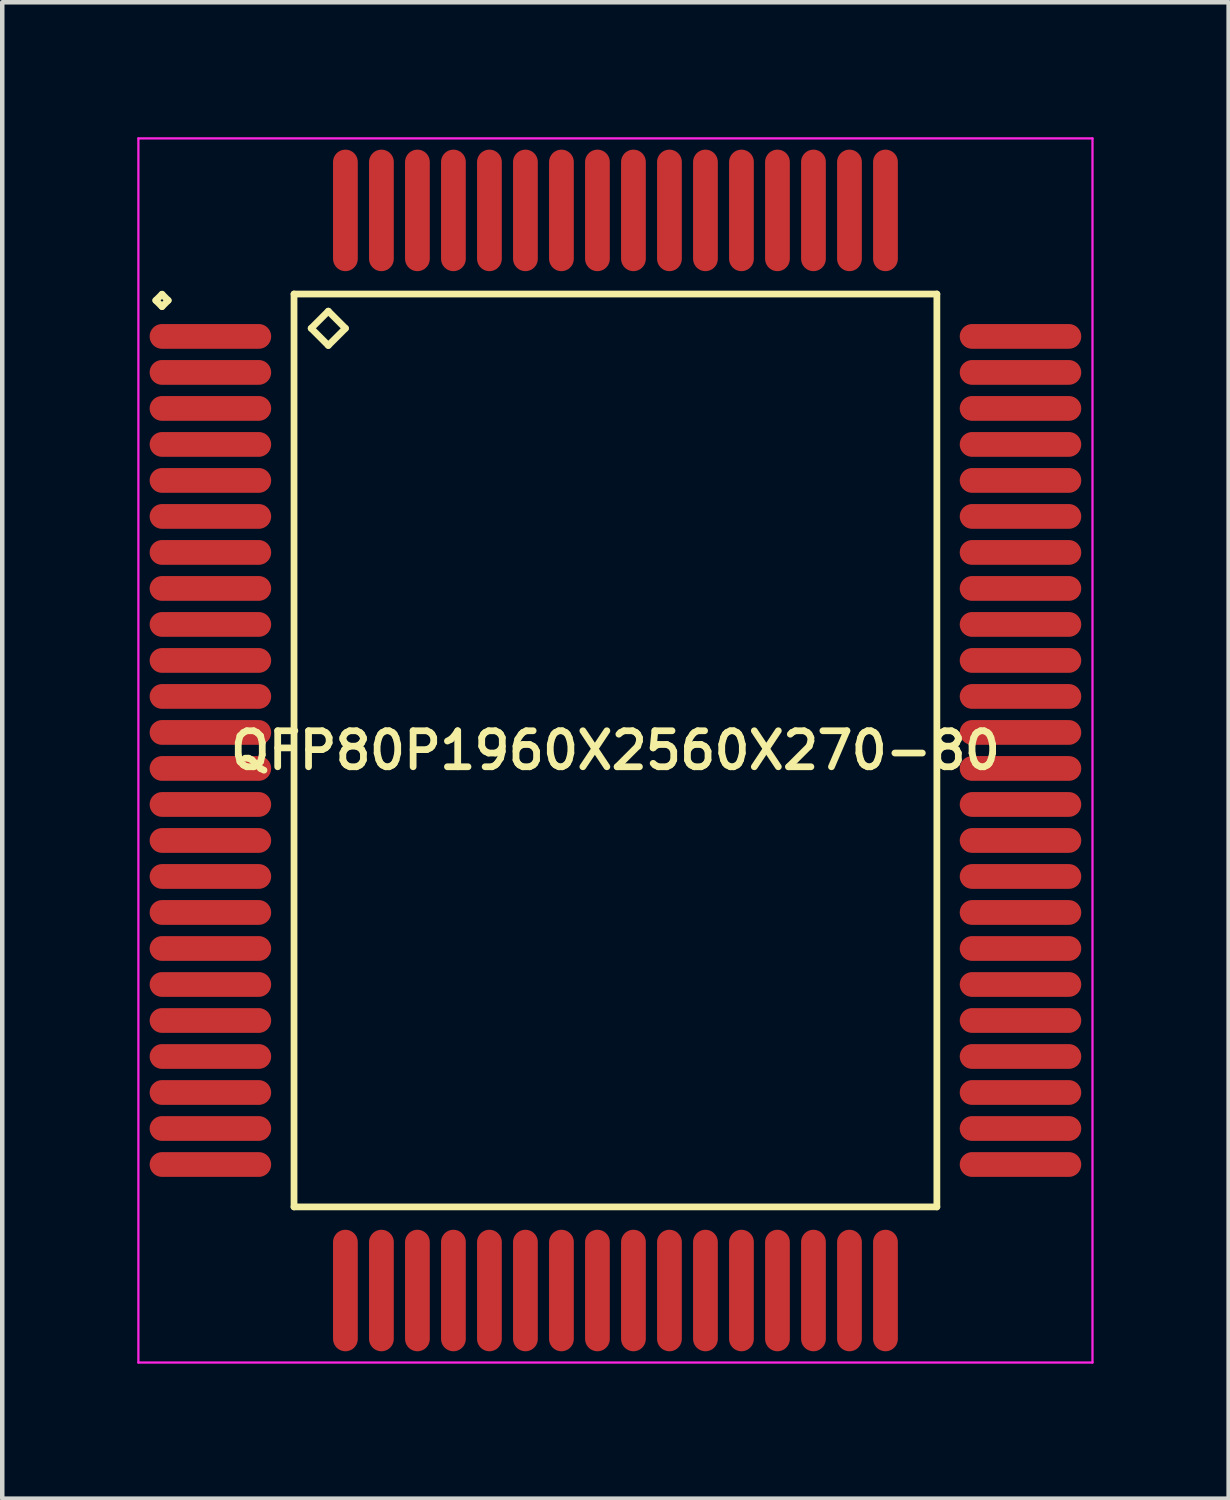
<source format=kicad_pcb>
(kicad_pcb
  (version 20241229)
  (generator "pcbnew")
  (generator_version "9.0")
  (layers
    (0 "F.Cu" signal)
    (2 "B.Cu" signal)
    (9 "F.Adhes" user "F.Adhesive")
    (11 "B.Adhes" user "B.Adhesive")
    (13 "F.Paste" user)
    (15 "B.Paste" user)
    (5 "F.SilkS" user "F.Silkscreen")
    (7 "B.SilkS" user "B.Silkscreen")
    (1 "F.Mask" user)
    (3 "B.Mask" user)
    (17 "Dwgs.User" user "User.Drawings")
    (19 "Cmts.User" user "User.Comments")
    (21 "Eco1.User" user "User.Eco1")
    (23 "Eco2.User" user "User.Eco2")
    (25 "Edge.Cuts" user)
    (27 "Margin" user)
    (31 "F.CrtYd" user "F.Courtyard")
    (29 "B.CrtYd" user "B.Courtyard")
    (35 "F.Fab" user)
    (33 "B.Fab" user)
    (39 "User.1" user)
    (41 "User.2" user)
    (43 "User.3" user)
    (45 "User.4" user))
  (footprint "QFP80P1960X2560X270-80"
    (layer "F.Cu")
    (at 10.625 13.625)
    (property "Reference" "QFP80P1960X2560X270-80" (at 0 0 0) (layer "F.SilkS") (effects (font (size 0.8 0.8) (thickness 0.15))))
    (attr smd)
    (fp_line (start -10.213 -10) (end -10.075 -10.137) (stroke (width 0.15) (type solid)) (layer "F.SilkS"))
    (fp_line (start -10.075 -10.137) (end -9.938 -10) (stroke (width 0.15) (type solid)) (layer "F.SilkS"))
    (fp_line (start -10.075 -9.863) (end -10.213 -10) (stroke (width 0.15) (type solid)) (layer "F.SilkS"))
    (fp_line (start -9.938 -10) (end -10.075 -9.863) (stroke (width 0.15) (type solid)) (layer "F.SilkS"))
    (fp_line (start -7.142 -10.142) (end -7.142 10.142) (stroke (width 0.15) (type solid)) (layer "F.SilkS"))
    (fp_line (start -7.142 10.142) (end 7.142 10.142) (stroke (width 0.15) (type solid)) (layer "F.SilkS"))
    (fp_line (start -6.761 -9.38) (end -6.38 -9.761) (stroke (width 0.15) (type solid)) (layer "F.SilkS"))
    (fp_line (start -6.38 -9.761) (end -5.999 -9.38) (stroke (width 0.15) (type solid)) (layer "F.SilkS"))
    (fp_line (start -6.38 -8.999) (end -6.761 -9.38) (stroke (width 0.15) (type solid)) (layer "F.SilkS"))
    (fp_line (start -5.999 -9.38) (end -6.38 -8.999) (stroke (width 0.15) (type solid)) (layer "F.SilkS"))
    (fp_line (start 7.142 -10.142) (end -7.142 -10.142) (stroke (width 0.15) (type solid)) (layer "F.SilkS"))
    (fp_line (start 7.142 10.142) (end 7.142 -10.142) (stroke (width 0.15) (type solid)) (layer "F.SilkS"))
    (fp_line (start -10.6 -13.6) (end 10.6 -13.6) (stroke (width 0.05) (type solid)) (layer "F.CrtYd"))
    (fp_line (start -10.6 13.6) (end -10.6 -13.6) (stroke (width 0.05) (type solid)) (layer "F.CrtYd"))
    (fp_line (start 10.6 -13.6) (end 10.6 13.6) (stroke (width 0.05) (type solid)) (layer "F.CrtYd"))
    (fp_line (start 10.6 13.6) (end -10.6 13.6) (stroke (width 0.05) (type solid)) (layer "F.CrtYd"))
    (pad "1" smd oval (at -9 -9.2) (size 2.7 0.55) (layers "F.Cu" "F.Mask" "F.Paste"))
    (pad "2" smd oval (at -9 -8.4) (size 2.7 0.55) (layers "F.Cu" "F.Mask" "F.Paste"))
    (pad "3" smd oval (at -9 -7.6) (size 2.7 0.55) (layers "F.Cu" "F.Mask" "F.Paste"))
    (pad "4" smd oval (at -9 -6.8) (size 2.7 0.55) (layers "F.Cu" "F.Mask" "F.Paste"))
    (pad "5" smd oval (at -9 -6) (size 2.7 0.55) (layers "F.Cu" "F.Mask" "F.Paste"))
    (pad "6" smd oval (at -9 -5.2) (size 2.7 0.55) (layers "F.Cu" "F.Mask" "F.Paste"))
    (pad "7" smd oval (at -9 -4.4) (size 2.7 0.55) (layers "F.Cu" "F.Mask" "F.Paste"))
    (pad "8" smd oval (at -9 -3.6) (size 2.7 0.55) (layers "F.Cu" "F.Mask" "F.Paste"))
    (pad "9" smd oval (at -9 -2.8) (size 2.7 0.55) (layers "F.Cu" "F.Mask" "F.Paste"))
    (pad "10" smd oval (at -9 -2) (size 2.7 0.55) (layers "F.Cu" "F.Mask" "F.Paste"))
    (pad "11" smd oval (at -9 -1.2) (size 2.7 0.55) (layers "F.Cu" "F.Mask" "F.Paste"))
    (pad "12" smd oval (at -9 -0.4) (size 2.7 0.55) (layers "F.Cu" "F.Mask" "F.Paste"))
    (pad "13" smd oval (at -9 0.4) (size 2.7 0.55) (layers "F.Cu" "F.Mask" "F.Paste"))
    (pad "14" smd oval (at -9 1.2) (size 2.7 0.55) (layers "F.Cu" "F.Mask" "F.Paste"))
    (pad "15" smd oval (at -9 2) (size 2.7 0.55) (layers "F.Cu" "F.Mask" "F.Paste"))
    (pad "16" smd oval (at -9 2.8) (size 2.7 0.55) (layers "F.Cu" "F.Mask" "F.Paste"))
    (pad "17" smd oval (at -9 3.6) (size 2.7 0.55) (layers "F.Cu" "F.Mask" "F.Paste"))
    (pad "18" smd oval (at -9 4.4) (size 2.7 0.55) (layers "F.Cu" "F.Mask" "F.Paste"))
    (pad "19" smd oval (at -9 5.2) (size 2.7 0.55) (layers "F.Cu" "F.Mask" "F.Paste"))
    (pad "20" smd oval (at -9 6) (size 2.7 0.55) (layers "F.Cu" "F.Mask" "F.Paste"))
    (pad "21" smd oval (at -9 6.8) (size 2.7 0.55) (layers "F.Cu" "F.Mask" "F.Paste"))
    (pad "22" smd oval (at -9 7.6) (size 2.7 0.55) (layers "F.Cu" "F.Mask" "F.Paste"))
    (pad "23" smd oval (at -9 8.4) (size 2.7 0.55) (layers "F.Cu" "F.Mask" "F.Paste"))
    (pad "24" smd oval (at -9 9.2) (size 2.7 0.55) (layers "F.Cu" "F.Mask" "F.Paste"))
    (pad "25" smd oval (at -6 12) (size 0.55 2.7) (layers "F.Cu" "F.Mask" "F.Paste"))
    (pad "26" smd oval (at -5.2 12) (size 0.55 2.7) (layers "F.Cu" "F.Mask" "F.Paste"))
    (pad "27" smd oval (at -4.4 12) (size 0.55 2.7) (layers "F.Cu" "F.Mask" "F.Paste"))
    (pad "28" smd oval (at -3.6 12) (size 0.55 2.7) (layers "F.Cu" "F.Mask" "F.Paste"))
    (pad "29" smd oval (at -2.8 12) (size 0.55 2.7) (layers "F.Cu" "F.Mask" "F.Paste"))
    (pad "30" smd oval (at -2 12) (size 0.55 2.7) (layers "F.Cu" "F.Mask" "F.Paste"))
    (pad "31" smd oval (at -1.2 12) (size 0.55 2.7) (layers "F.Cu" "F.Mask" "F.Paste"))
    (pad "32" smd oval (at -0.4 12) (size 0.55 2.7) (layers "F.Cu" "F.Mask" "F.Paste"))
    (pad "33" smd oval (at 0.4 12) (size 0.55 2.7) (layers "F.Cu" "F.Mask" "F.Paste"))
    (pad "34" smd oval (at 1.2 12) (size 0.55 2.7) (layers "F.Cu" "F.Mask" "F.Paste"))
    (pad "35" smd oval (at 2 12) (size 0.55 2.7) (layers "F.Cu" "F.Mask" "F.Paste"))
    (pad "36" smd oval (at 2.8 12) (size 0.55 2.7) (layers "F.Cu" "F.Mask" "F.Paste"))
    (pad "37" smd oval (at 3.6 12) (size 0.55 2.7) (layers "F.Cu" "F.Mask" "F.Paste"))
    (pad "38" smd oval (at 4.4 12) (size 0.55 2.7) (layers "F.Cu" "F.Mask" "F.Paste"))
    (pad "39" smd oval (at 5.2 12) (size 0.55 2.7) (layers "F.Cu" "F.Mask" "F.Paste"))
    (pad "40" smd oval (at 6 12) (size 0.55 2.7) (layers "F.Cu" "F.Mask" "F.Paste"))
    (pad "41" smd oval (at 9 9.2) (size 2.7 0.55) (layers "F.Cu" "F.Mask" "F.Paste"))
    (pad "42" smd oval (at 9 8.4) (size 2.7 0.55) (layers "F.Cu" "F.Mask" "F.Paste"))
    (pad "43" smd oval (at 9 7.6) (size 2.7 0.55) (layers "F.Cu" "F.Mask" "F.Paste"))
    (pad "44" smd oval (at 9 6.8) (size 2.7 0.55) (layers "F.Cu" "F.Mask" "F.Paste"))
    (pad "45" smd oval (at 9 6) (size 2.7 0.55) (layers "F.Cu" "F.Mask" "F.Paste"))
    (pad "46" smd oval (at 9 5.2) (size 2.7 0.55) (layers "F.Cu" "F.Mask" "F.Paste"))
    (pad "47" smd oval (at 9 4.4) (size 2.7 0.55) (layers "F.Cu" "F.Mask" "F.Paste"))
    (pad "48" smd oval (at 9 3.6) (size 2.7 0.55) (layers "F.Cu" "F.Mask" "F.Paste"))
    (pad "49" smd oval (at 9 2.8) (size 2.7 0.55) (layers "F.Cu" "F.Mask" "F.Paste"))
    (pad "50" smd oval (at 9 2) (size 2.7 0.55) (layers "F.Cu" "F.Mask" "F.Paste"))
    (pad "51" smd oval (at 9 1.2) (size 2.7 0.55) (layers "F.Cu" "F.Mask" "F.Paste"))
    (pad "52" smd oval (at 9 0.4) (size 2.7 0.55) (layers "F.Cu" "F.Mask" "F.Paste"))
    (pad "53" smd oval (at 9 -0.4) (size 2.7 0.55) (layers "F.Cu" "F.Mask" "F.Paste"))
    (pad "54" smd oval (at 9 -1.2) (size 2.7 0.55) (layers "F.Cu" "F.Mask" "F.Paste"))
    (pad "55" smd oval (at 9 -2) (size 2.7 0.55) (layers "F.Cu" "F.Mask" "F.Paste"))
    (pad "56" smd oval (at 9 -2.8) (size 2.7 0.55) (layers "F.Cu" "F.Mask" "F.Paste"))
    (pad "57" smd oval (at 9 -3.6) (size 2.7 0.55) (layers "F.Cu" "F.Mask" "F.Paste"))
    (pad "58" smd oval (at 9 -4.4) (size 2.7 0.55) (layers "F.Cu" "F.Mask" "F.Paste"))
    (pad "59" smd oval (at 9 -5.2) (size 2.7 0.55) (layers "F.Cu" "F.Mask" "F.Paste"))
    (pad "60" smd oval (at 9 -6) (size 2.7 0.55) (layers "F.Cu" "F.Mask" "F.Paste"))
    (pad "61" smd oval (at 9 -6.8) (size 2.7 0.55) (layers "F.Cu" "F.Mask" "F.Paste"))
    (pad "62" smd oval (at 9 -7.6) (size 2.7 0.55) (layers "F.Cu" "F.Mask" "F.Paste"))
    (pad "63" smd oval (at 9 -8.4) (size 2.7 0.55) (layers "F.Cu" "F.Mask" "F.Paste"))
    (pad "64" smd oval (at 9 -9.2) (size 2.7 0.55) (layers "F.Cu" "F.Mask" "F.Paste"))
    (pad "65" smd oval (at 6 -12) (size 0.55 2.7) (layers "F.Cu" "F.Mask" "F.Paste"))
    (pad "66" smd oval (at 5.2 -12) (size 0.55 2.7) (layers "F.Cu" "F.Mask" "F.Paste"))
    (pad "67" smd oval (at 4.4 -12) (size 0.55 2.7) (layers "F.Cu" "F.Mask" "F.Paste"))
    (pad "68" smd oval (at 3.6 -12) (size 0.55 2.7) (layers "F.Cu" "F.Mask" "F.Paste"))
    (pad "69" smd oval (at 2.8 -12) (size 0.55 2.7) (layers "F.Cu" "F.Mask" "F.Paste"))
    (pad "70" smd oval (at 2 -12) (size 0.55 2.7) (layers "F.Cu" "F.Mask" "F.Paste"))
    (pad "71" smd oval (at 1.2 -12) (size 0.55 2.7) (layers "F.Cu" "F.Mask" "F.Paste"))
    (pad "72" smd oval (at 0.4 -12) (size 0.55 2.7) (layers "F.Cu" "F.Mask" "F.Paste"))
    (pad "73" smd oval (at -0.4 -12) (size 0.55 2.7) (layers "F.Cu" "F.Mask" "F.Paste"))
    (pad "74" smd oval (at -1.2 -12) (size 0.55 2.7) (layers "F.Cu" "F.Mask" "F.Paste"))
    (pad "75" smd oval (at -2 -12) (size 0.55 2.7) (layers "F.Cu" "F.Mask" "F.Paste"))
    (pad "76" smd oval (at -2.8 -12) (size 0.55 2.7) (layers "F.Cu" "F.Mask" "F.Paste"))
    (pad "77" smd oval (at -3.6 -12) (size 0.55 2.7) (layers "F.Cu" "F.Mask" "F.Paste"))
    (pad "78" smd oval (at -4.4 -12) (size 0.55 2.7) (layers "F.Cu" "F.Mask" "F.Paste"))
    (pad "79" smd oval (at -5.2 -12) (size 0.55 2.7) (layers "F.Cu" "F.Mask" "F.Paste"))
    (pad "80" smd oval (at -6 -12) (size 0.55 2.7) (layers "F.Cu" "F.Mask" "F.Paste")))
  (gr_rect
    (start -3 -3)
    (end 24.25 30.25)
    (stroke (width 0.1) (type default))
    (fill no)
    (layer "Edge.Cuts")))
</source>
